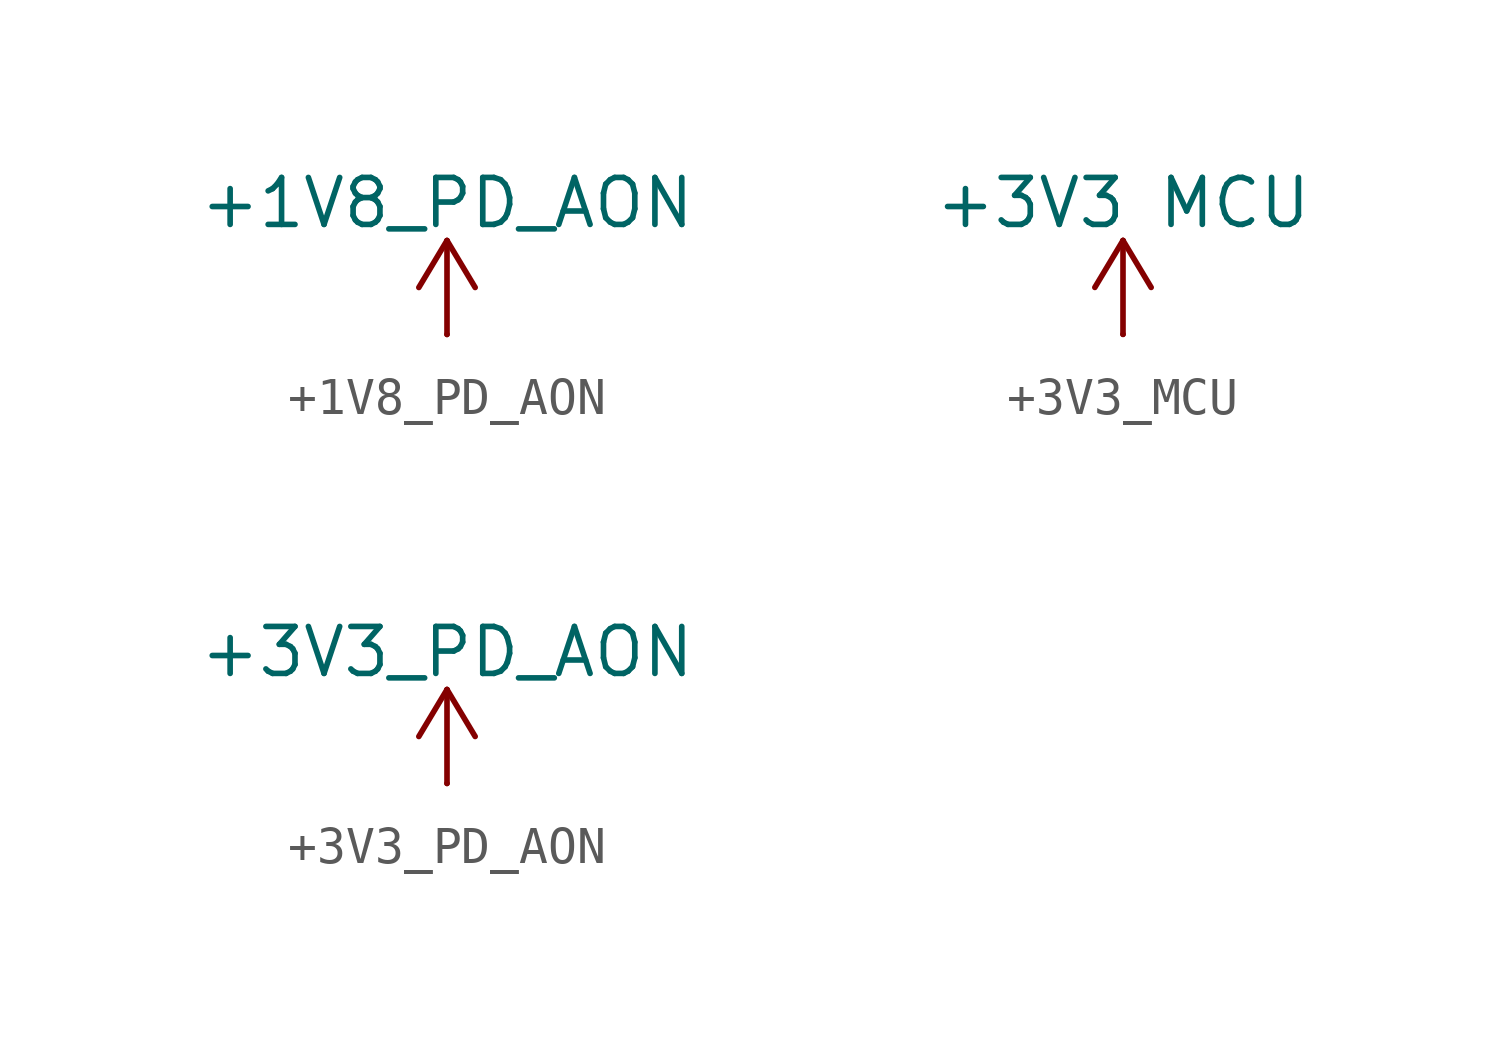
<source format=kicad_sym>
(kicad_symbol_lib
  (version 20241209)
  (generator "kicad_symbol_editor")
  (generator_version "9.0")
  (symbol "+1V8_PD_AON"
    (power)
    (pin_numbers
      (hide yes))
    (pin_names
      (offset 0)
      (hide yes))
    (property "Reference" "#PWR"
      (at 0 -3.81 0)
      (effects (font (size 1.27 1.27)) (hide yes)))
    (property "Value" "+1V8_PD_AON"
      (at 0 3.556 0)
      (effects (font (size 1.27 1.27))))
    (symbol "+1V8_PD_AON_0_1"
      (polyline (pts (xy -0.762 1.27) (xy 0 2.54)) (stroke (width 0) (type default)) (fill (type none)))
      (polyline (pts (xy 0 2.54) (xy 0.762 1.27)) (stroke (width 0) (type default)) (fill (type none)))
      (polyline (pts (xy 0 0) (xy 0 2.54)) (stroke (width 0) (type default)) (fill (type none))))
    (symbol "+1V8_PD_AON_1_1"
      (pin power_in line (at 0 0 90) (length 0) (name "~" (effects (font (size 1.27 1.27)))) (number "1" (effects (font (size 1.27 1.27)))))))
  (symbol "+3V3_MCU"
    (power)
    (pin_numbers
      (hide yes))
    (pin_names
      (offset 0)
      (hide yes))
    (property "Reference" "#PWR"
      (at 0 -3.81 0)
      (effects (font (size 1.27 1.27)) (hide yes)))
    (property "Value" "+3V3 MCU"
      (at 0 3.556 0)
      (effects (font (size 1.27 1.27))))
    (symbol "+3V3_MCU_0_1"
      (polyline (pts (xy -0.762 1.27) (xy 0 2.54)) (stroke (width 0) (type default)) (fill (type none)))
      (polyline (pts (xy 0 2.54) (xy 0.762 1.27)) (stroke (width 0) (type default)) (fill (type none)))
      (polyline (pts (xy 0 0) (xy 0 2.54)) (stroke (width 0) (type default)) (fill (type none))))
    (symbol "+3V3_MCU_1_1"
      (pin power_in line (at 0 0 90) (length 0) (name "~" (effects (font (size 1.27 1.27)))) (number "1" (effects (font (size 1.27 1.27)))))))
  (symbol "+3V3_PD_AON"
    (power)
    (pin_numbers
      (hide yes))
    (pin_names
      (offset 0)
      (hide yes))
    (property "Reference" "#PWR"
      (at 0 -3.81 0)
      (effects (font (size 1.27 1.27)) (hide yes)))
    (property "Value" "+3V3_PD_AON"
      (at 0 3.556 0)
      (effects (font (size 1.27 1.27))))
    (symbol "+3V3_PD_AON_0_1"
      (polyline (pts (xy -0.762 1.27) (xy 0 2.54)) (stroke (width 0) (type default)) (fill (type none)))
      (polyline (pts (xy 0 2.54) (xy 0.762 1.27)) (stroke (width 0) (type default)) (fill (type none)))
      (polyline (pts (xy 0 0) (xy 0 2.54)) (stroke (width 0) (type default)) (fill (type none))))
    (symbol "+3V3_PD_AON_1_1"
      (pin power_in line (at 0 0 90) (length 0) (name "~" (effects (font (size 1.27 1.27)))) (number "1" (effects (font (size 1.27 1.27))))))))
</source>
